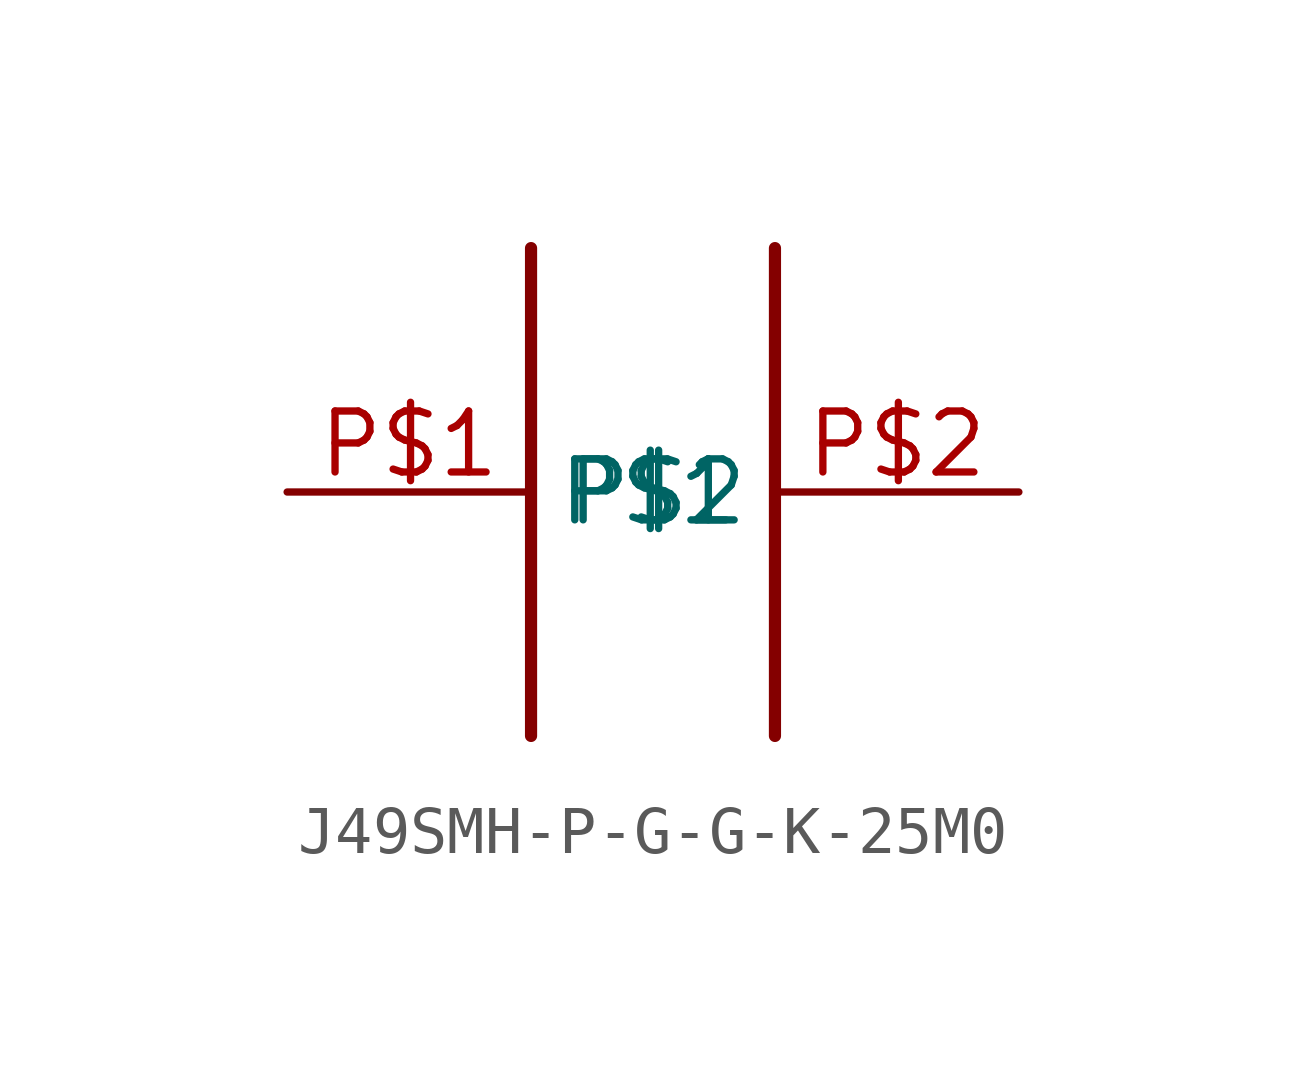
<source format=kicad_sym>
(kicad_symbol_lib
  (version 20220914)
  (generator kicad_symbol_editor)
  (symbol "J49SMH-P-G-G-K-25M0"
    (property "Reference" ""
      (at 0 0 0)
      (effects (font (size 1.27 1.27)) hide))
    (property "ki_locked" ""
      (at 0 0 0)
      (effects (font (size 1.27 1.27))))
    (symbol "J49SMH-P-G-G-K-25M0_1_0"
      (polyline (pts (xy -2.54 5.08) (xy -2.54 -5.08)) (stroke (width 0.254) (type solid)) (fill (type none)))
      (polyline (pts (xy 2.54 5.08) (xy 2.54 -5.08)) (stroke (width 0.254) (type solid)) (fill (type none)))
      (pin bidirectional line (at -7.62 0 0) (length 5.08) (name "P$1" (effects (font (size 1.27 1.27)))) (number "P$1" (effects (font (size 1.27 1.27)))))
      (pin bidirectional line (at 7.62 0 180) (length 5.08) (name "P$2" (effects (font (size 1.27 1.27)))) (number "P$2" (effects (font (size 1.27 1.27))))))))
</source>
